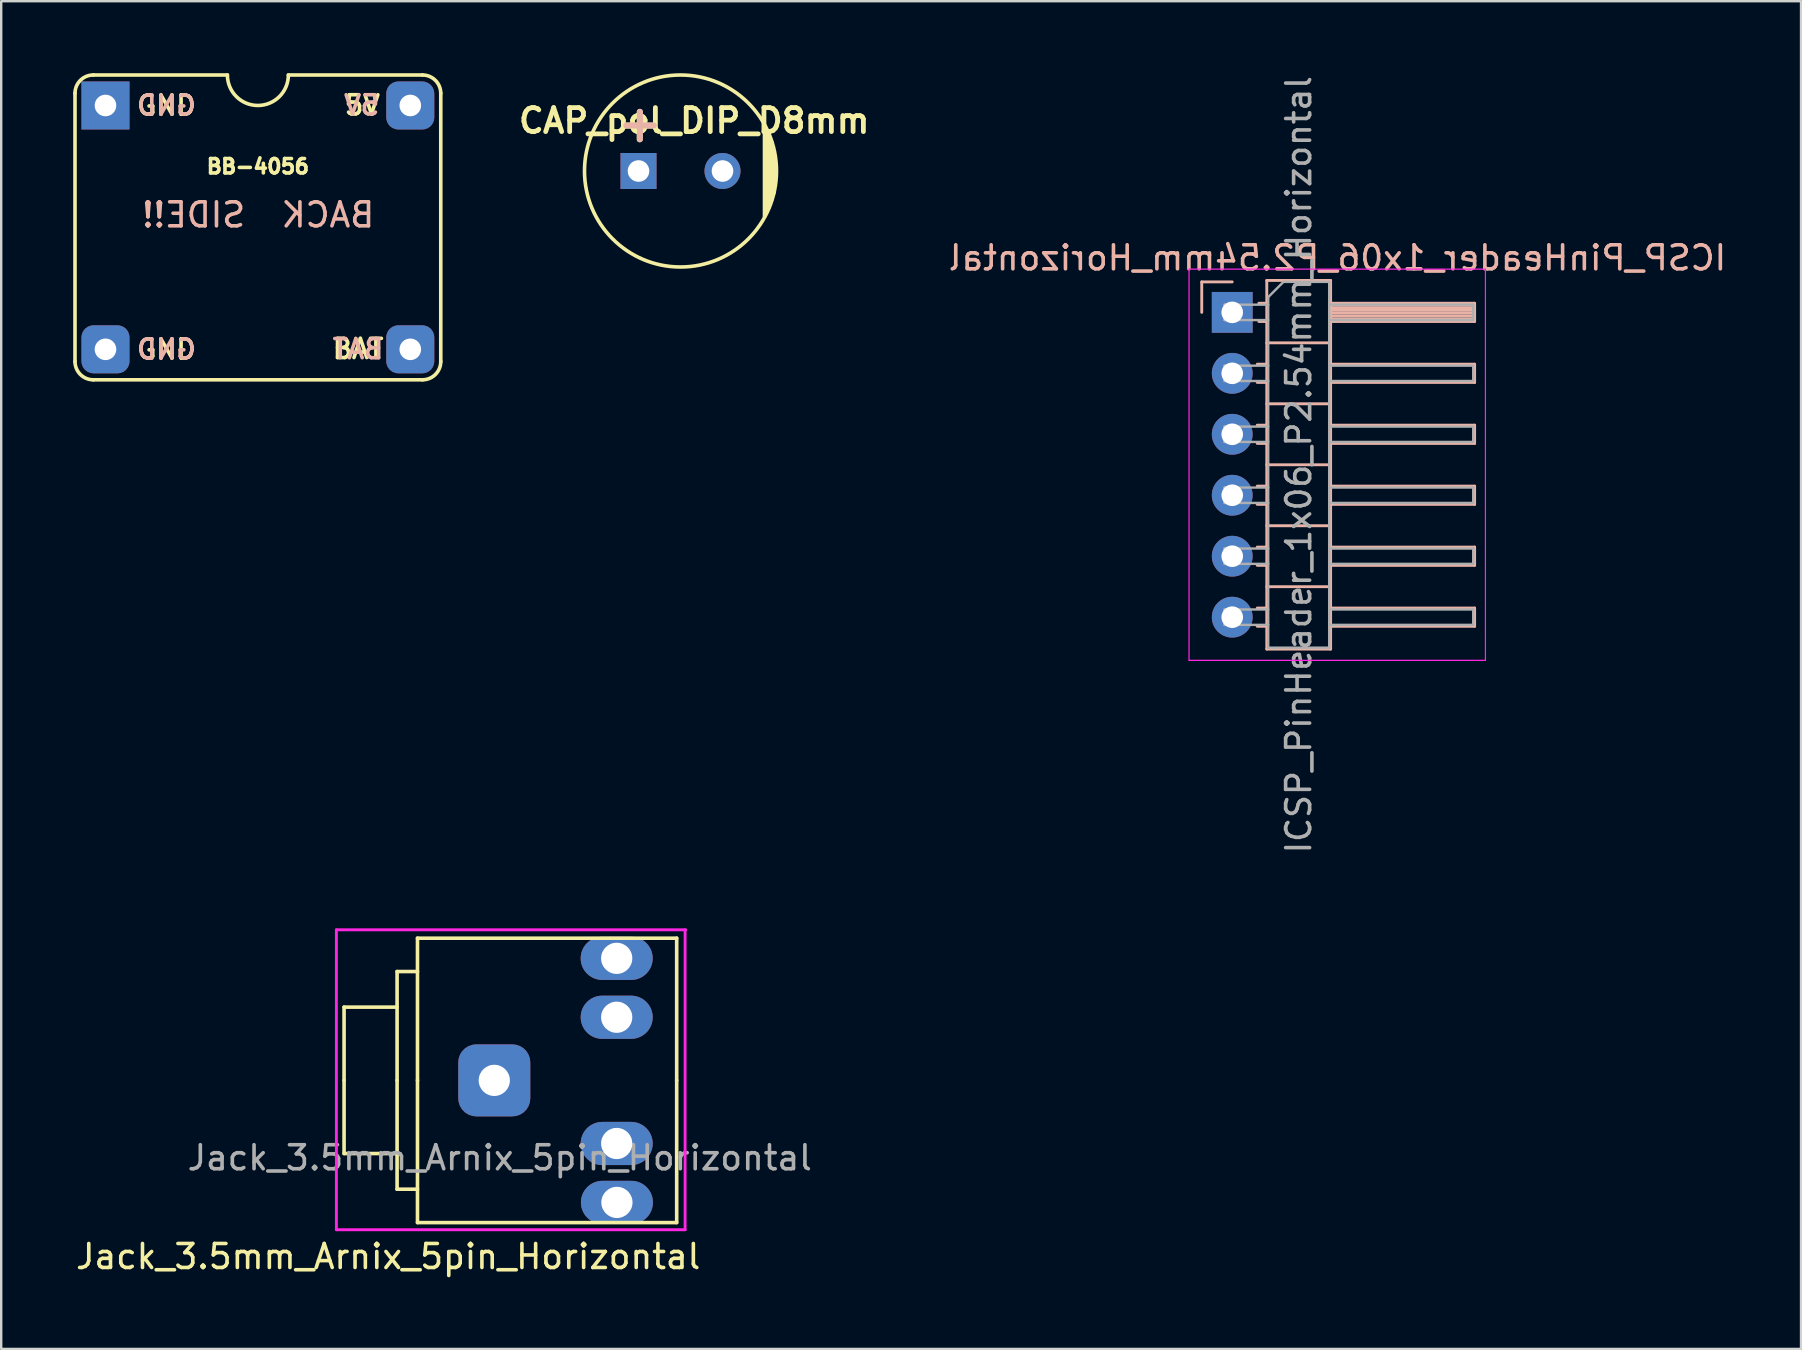
<source format=kicad_pcb>
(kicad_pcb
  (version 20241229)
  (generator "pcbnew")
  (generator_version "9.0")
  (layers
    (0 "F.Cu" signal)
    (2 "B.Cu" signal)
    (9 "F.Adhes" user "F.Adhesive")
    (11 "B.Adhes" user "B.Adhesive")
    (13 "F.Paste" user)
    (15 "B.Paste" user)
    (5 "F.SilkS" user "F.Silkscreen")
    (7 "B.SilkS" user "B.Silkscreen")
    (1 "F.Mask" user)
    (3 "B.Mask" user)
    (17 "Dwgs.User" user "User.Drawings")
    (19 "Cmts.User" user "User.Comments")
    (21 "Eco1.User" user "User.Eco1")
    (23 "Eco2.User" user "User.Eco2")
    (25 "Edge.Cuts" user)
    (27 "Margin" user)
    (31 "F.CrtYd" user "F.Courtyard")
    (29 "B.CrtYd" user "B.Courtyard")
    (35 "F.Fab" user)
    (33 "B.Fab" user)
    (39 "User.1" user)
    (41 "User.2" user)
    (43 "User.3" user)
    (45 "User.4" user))
  (footprint "CAP_pol_DIP_D8mm"
    (layer "F.Cu")
    (at 25.304 4.075)
    (property "Reference" "CAP_pol_DIP_D8mm" (at 0.572 -2.095 0) (layer "F.SilkS") (effects (font (size 1 1) (thickness 0.2))))
    (attr through_hole)
    (fp_line (start 3.5 -1.9) (end 3.5 1.9) (stroke (width 0.15) (type solid)) (layer "F.SilkS"))
    (fp_line (start 3.6 1.7) (end 3.6 -1.7) (stroke (width 0.15) (type solid)) (layer "F.SilkS"))
    (fp_line (start 3.7 -1.5) (end 3.7 1.5) (stroke (width 0.15) (type solid)) (layer "F.SilkS"))
    (fp_line (start 3.8 1.2) (end 3.8 -1.2) (stroke (width 0.15) (type solid)) (layer "F.SilkS"))
    (fp_line (start 3.9 -0.8) (end 3.9 0.9) (stroke (width 0.15) (type solid)) (layer "F.SilkS"))
    (fp_circle (center 0 0) (end 4 0) (stroke (width 0.15) (type solid)) (fill no) (layer "F.SilkS"))
    (fp_text user "+" (at -1.7 -2 0) (layer "F.SilkS") (effects (font (size 1.5 1.5) (thickness 0.25))))
    (fp_text user "+" (at -1.689 -2.007 0) (layer "B.SilkS") (effects (font (size 1.5 1.5) (thickness 0.25))))
    (pad "1" thru_hole rect (at -1.75 0) (size 1.5 1.5) (drill 0.9) (layers "*.Cu" "*.Mask"))
    (pad "2" thru_hole circle (at 1.75 0) (size 1.5 1.5) (drill 0.9) (layers "*.Cu" "*.Mask")))
  (footprint "BB-4056"
    (layer "F.Cu")
    (at 7.695 7.06)
    (property "Reference" "BB-4056" (at 0 -3.175 0) (layer "F.SilkS") (effects (font (size 0.6 0.6) (thickness 0.15))))
    (attr through_hole)
    (fp_line (start -7.62 4.953) (end -7.62 -6.223) (stroke (width 0.15) (type solid)) (layer "F.SilkS"))
    (fp_line (start -6.858 5.715) (end 6.858 5.715) (stroke (width 0.15) (type solid)) (layer "F.SilkS"))
    (fp_line (start -1.27 -6.985) (end -6.858 -6.985) (stroke (width 0.15) (type solid)) (layer "F.SilkS"))
    (fp_line (start 6.858 -6.985) (end 1.27 -6.985) (stroke (width 0.15) (type solid)) (layer "F.SilkS"))
    (fp_line (start 7.62 -6.223) (end 7.62 4.953) (stroke (width 0.15) (type solid)) (layer "F.SilkS"))
    (fp_arc (start -7.62 -6.223) (mid -7.396815 -6.761815) (end -6.858 -6.985) (stroke (width 0.15) (type solid)) (layer "F.SilkS"))
    (fp_arc (start -6.858 5.715) (mid -7.396815 5.491815) (end -7.62 4.953) (stroke (width 0.15) (type solid)) (layer "F.SilkS"))
    (fp_arc (start 1.27 -6.985) (mid 0 -5.715) (end -1.27 -6.985) (stroke (width 0.15) (type solid)) (layer "F.SilkS"))
    (fp_arc (start 6.858 -6.985) (mid 7.396815 -6.761815) (end 7.62 -6.223) (stroke (width 0.15) (type solid)) (layer "F.SilkS"))
    (fp_arc (start 7.62 4.953) (mid 7.396815 5.491815) (end 6.858 5.715) (stroke (width 0.15) (type solid)) (layer "F.SilkS"))
    (fp_text user "5V" (at 4.35 -5.725 0) (layer "F.SilkS") (effects (font (size 0.8 0.8) (thickness 0.15))))
    (fp_text user "GND" (at -3.81 4.445 0) (layer "F.SilkS") (effects (font (size 0.8 0.8) (thickness 0.15))))
    (fp_text user "GND" (at -3.81 -5.715 0) (layer "F.SilkS") (effects (font (size 0.8 0.8) (thickness 0.15))))
    (fp_text user "BAT" (at 4.175 4.425 0) (layer "F.SilkS") (effects (font (size 0.8 0.8) (thickness 0.15))))
    (fp_text user "GND" (at -3.81 4.445 0) (layer "B.SilkS") (effects (font (size 0.8 0.8) (thickness 0.15)) (justify mirror)))
    (fp_text user "GND" (at -3.81 -5.715 0) (layer "B.SilkS") (effects (font (size 0.8 0.8) (thickness 0.15)) (justify mirror)))
    (fp_text user "5V" (at 4.325 -5.725 0) (layer "B.SilkS") (effects (font (size 0.8 0.8) (thickness 0.15)) (justify mirror)))
    (fp_text user "BACK  SIDE!!" (at 0.013 -1.156 0) (layer "B.SilkS") (effects (font (size 1 1) (thickness 0.15)) (justify mirror)))
    (fp_text user "BAT" (at 4.175 4.432 180) (layer "B.SilkS") (effects (font (size 0.8 0.8) (thickness 0.15)) (justify mirror)))
    (pad "1" thru_hole rect (at -6.35 -5.715) (size 2 2) (drill 0.9) (layers "*.Cu" "*.Mask"))
    (pad "2" thru_hole roundrect (at -6.35 4.445) (size 2 2) (drill 0.9) (layers "*.Cu" "*.Mask") (roundrect_rratio 0.25))
    (pad "3" thru_hole roundrect (at 6.35 4.445) (size 2 2) (drill 0.9) (layers "*.Cu" "*.Mask") (roundrect_rratio 0.25))
    (pad "4" thru_hole roundrect (at 6.35 -5.715) (size 2 2) (drill 0.9) (layers "*.Cu" "*.Mask") (roundrect_rratio 0.25)))
  (footprint "Jack_3.5mm_Arnix_5pin_Horizontal"
    (layer "F.Cu")
    (at 17.55 41.965)
    (property "Reference" "Jack_3.5mm_Arnix_5pin_Horizontal" (at -4.425 7.341 0) (layer "F.SilkS") (effects (font (size 1 1) (thickness 0.15))))
    (attr through_hole)
    (fp_line (start -6.264 -3.052) (end -6.264 -0.002) (stroke (width 0.15) (type solid)) (layer "F.SilkS"))
    (fp_line (start -6.264 -3.052) (end -4.064 -3.052) (stroke (width 0.15) (type solid)) (layer "F.SilkS"))
    (fp_line (start -6.264 -0.002) (end -6.264 3.048) (stroke (width 0.15) (type solid)) (layer "F.SilkS"))
    (fp_line (start -4.064 3.048) (end -6.264 3.048) (stroke (width 0.15) (type solid)) (layer "F.SilkS"))
    (fp_line (start -4.055 -4.535) (end -3.205 -4.535) (stroke (width 0.15) (type solid)) (layer "F.SilkS"))
    (fp_line (start -4.055 0) (end -4.055 -4.535) (stroke (width 0.15) (type solid)) (layer "F.SilkS"))
    (fp_line (start -4.055 0) (end -4.055 4.535) (stroke (width 0.15) (type solid)) (layer "F.SilkS"))
    (fp_line (start -3.205 -5.925) (end 7.595 -5.925) (stroke (width 0.15) (type solid)) (layer "F.SilkS"))
    (fp_line (start -3.205 0) (end -3.205 -5.925) (stroke (width 0.15) (type solid)) (layer "F.SilkS"))
    (fp_line (start -3.205 0) (end -3.205 5.925) (stroke (width 0.15) (type solid)) (layer "F.SilkS"))
    (fp_line (start -3.205 4.535) (end -4.055 4.535) (stroke (width 0.15) (type solid)) (layer "F.SilkS"))
    (fp_line (start -3.205 5.925) (end 7.595 5.925) (stroke (width 0.15) (type solid)) (layer "F.SilkS"))
    (fp_line (start 7.595 0) (end 7.595 -5.925) (stroke (width 0.15) (type solid)) (layer "F.SilkS"))
    (fp_line (start 7.595 0) (end 7.595 5.925) (stroke (width 0.15) (type solid)) (layer "F.SilkS"))
    (fp_line (start -6.584 -6.274) (end -6.584 6.223) (stroke (width 0.12) (type solid)) (layer "F.CrtYd"))
    (fp_line (start -6.584 6.223) (end 7.945 6.223) (stroke (width 0.12) (type solid)) (layer "F.CrtYd"))
    (fp_line (start 7.945 6.223) (end 7.945 -6.274) (stroke (width 0.12) (type solid)) (layer "F.CrtYd"))
    (fp_line (start 7.97 -6.274) (end -6.584 -6.274) (stroke (width 0.12) (type solid)) (layer "F.CrtYd"))
    (fp_text user "${REFERENCE}" (at 0.223 3.226 0) (layer "F.Fab") (effects (font (size 1 1) (thickness 0.15))))
    (pad "1" thru_hole oval (at 5.105 5.085 270) (size 1.8 3) (drill 1.3) (layers "*.Cu" "*.Mask"))
    (pad "2" thru_hole oval (at 5.095 -5.085 270) (size 1.8 3) (drill 1.3) (layers "*.Cu" "*.Mask"))
    (pad "3" thru_hole oval (at 5.095 2.63 270) (size 1.8 3) (drill 1.3) (layers "*.Cu" "*.Mask"))
    (pad "4" thru_hole oval (at 5.095 -2.63 270) (size 1.8 3) (drill 1.3) (layers "*.Cu" "*.Mask"))
    (pad "5" thru_hole roundrect (at -0.005 0 270) (size 3 3) (drill 1.3) (layers "*.Cu" "*.Mask") (roundrect_rratio 0.25)))
  (footprint "ICSP_PinHeader_1x06_P2.54mm_Horizontal"
    (layer "F.Cu")
    (at 48.292 9.965)
    (property "Reference" "ICSP_PinHeader_1x06_P2.54mm_Horizontal" (at 4.385 -2.27 180) (layer "B.SilkS") (effects (font (size 1 1) (thickness 0.15)) (justify mirror)))
    (attr through_hole)
    (fp_line (start -1.27 -1.27) (end 0 -1.27) (stroke (width 0.12) (type solid)) (layer "B.SilkS"))
    (fp_line (start -1.27 0) (end -1.27 -1.27) (stroke (width 0.12) (type solid)) (layer "B.SilkS"))
    (fp_line (start 1.043 2.16) (end 1.44 2.16) (stroke (width 0.12) (type solid)) (layer "B.SilkS"))
    (fp_line (start 1.043 2.92) (end 1.44 2.92) (stroke (width 0.12) (type solid)) (layer "B.SilkS"))
    (fp_line (start 1.043 4.7) (end 1.44 4.7) (stroke (width 0.12) (type solid)) (layer "B.SilkS"))
    (fp_line (start 1.043 5.46) (end 1.44 5.46) (stroke (width 0.12) (type solid)) (layer "B.SilkS"))
    (fp_line (start 1.043 7.24) (end 1.44 7.24) (stroke (width 0.12) (type solid)) (layer "B.SilkS"))
    (fp_line (start 1.043 8) (end 1.44 8) (stroke (width 0.12) (type solid)) (layer "B.SilkS"))
    (fp_line (start 1.043 9.78) (end 1.44 9.78) (stroke (width 0.12) (type solid)) (layer "B.SilkS"))
    (fp_line (start 1.043 10.54) (end 1.44 10.54) (stroke (width 0.12) (type solid)) (layer "B.SilkS"))
    (fp_line (start 1.043 12.32) (end 1.44 12.32) (stroke (width 0.12) (type solid)) (layer "B.SilkS"))
    (fp_line (start 1.043 13.08) (end 1.44 13.08) (stroke (width 0.12) (type solid)) (layer "B.SilkS"))
    (fp_line (start 1.11 -0.38) (end 1.44 -0.38) (stroke (width 0.12) (type solid)) (layer "B.SilkS"))
    (fp_line (start 1.11 0.38) (end 1.44 0.38) (stroke (width 0.12) (type solid)) (layer "B.SilkS"))
    (fp_line (start 1.44 -1.33) (end 1.44 14.03) (stroke (width 0.12) (type solid)) (layer "B.SilkS"))
    (fp_line (start 1.44 1.27) (end 4.1 1.27) (stroke (width 0.12) (type solid)) (layer "B.SilkS"))
    (fp_line (start 1.44 3.81) (end 4.1 3.81) (stroke (width 0.12) (type solid)) (layer "B.SilkS"))
    (fp_line (start 1.44 6.35) (end 4.1 6.35) (stroke (width 0.12) (type solid)) (layer "B.SilkS"))
    (fp_line (start 1.44 8.89) (end 4.1 8.89) (stroke (width 0.12) (type solid)) (layer "B.SilkS"))
    (fp_line (start 1.44 11.43) (end 4.1 11.43) (stroke (width 0.12) (type solid)) (layer "B.SilkS"))
    (fp_line (start 1.44 14.03) (end 4.1 14.03) (stroke (width 0.12) (type solid)) (layer "B.SilkS"))
    (fp_line (start 4.1 -1.33) (end 1.44 -1.33) (stroke (width 0.12) (type solid)) (layer "B.SilkS"))
    (fp_line (start 4.1 -0.38) (end 10.1 -0.38) (stroke (width 0.12) (type solid)) (layer "B.SilkS"))
    (fp_line (start 4.1 -0.32) (end 10.1 -0.32) (stroke (width 0.12) (type solid)) (layer "B.SilkS"))
    (fp_line (start 4.1 -0.2) (end 10.1 -0.2) (stroke (width 0.12) (type solid)) (layer "B.SilkS"))
    (fp_line (start 4.1 -0.08) (end 10.1 -0.08) (stroke (width 0.12) (type solid)) (layer "B.SilkS"))
    (fp_line (start 4.1 0.04) (end 10.1 0.04) (stroke (width 0.12) (type solid)) (layer "B.SilkS"))
    (fp_line (start 4.1 0.16) (end 10.1 0.16) (stroke (width 0.12) (type solid)) (layer "B.SilkS"))
    (fp_line (start 4.1 0.28) (end 10.1 0.28) (stroke (width 0.12) (type solid)) (layer "B.SilkS"))
    (fp_line (start 4.1 2.16) (end 10.1 2.16) (stroke (width 0.12) (type solid)) (layer "B.SilkS"))
    (fp_line (start 4.1 4.7) (end 10.1 4.7) (stroke (width 0.12) (type solid)) (layer "B.SilkS"))
    (fp_line (start 4.1 7.24) (end 10.1 7.24) (stroke (width 0.12) (type solid)) (layer "B.SilkS"))
    (fp_line (start 4.1 9.78) (end 10.1 9.78) (stroke (width 0.12) (type solid)) (layer "B.SilkS"))
    (fp_line (start 4.1 12.32) (end 10.1 12.32) (stroke (width 0.12) (type solid)) (layer "B.SilkS"))
    (fp_line (start 4.1 14.03) (end 4.1 -1.33) (stroke (width 0.12) (type solid)) (layer "B.SilkS"))
    (fp_line (start 10.1 -0.38) (end 10.1 0.38) (stroke (width 0.12) (type solid)) (layer "B.SilkS"))
    (fp_line (start 10.1 0.38) (end 4.1 0.38) (stroke (width 0.12) (type solid)) (layer "B.SilkS"))
    (fp_line (start 10.1 2.16) (end 10.1 2.92) (stroke (width 0.12) (type solid)) (layer "B.SilkS"))
    (fp_line (start 10.1 2.92) (end 4.1 2.92) (stroke (width 0.12) (type solid)) (layer "B.SilkS"))
    (fp_line (start 10.1 4.7) (end 10.1 5.46) (stroke (width 0.12) (type solid)) (layer "B.SilkS"))
    (fp_line (start 10.1 5.46) (end 4.1 5.46) (stroke (width 0.12) (type solid)) (layer "B.SilkS"))
    (fp_line (start 10.1 7.24) (end 10.1 8) (stroke (width 0.12) (type solid)) (layer "B.SilkS"))
    (fp_line (start 10.1 8) (end 4.1 8) (stroke (width 0.12) (type solid)) (layer "B.SilkS"))
    (fp_line (start 10.1 9.78) (end 10.1 10.54) (stroke (width 0.12) (type solid)) (layer "B.SilkS"))
    (fp_line (start 10.1 10.54) (end 4.1 10.54) (stroke (width 0.12) (type solid)) (layer "B.SilkS"))
    (fp_line (start 10.1 12.32) (end 10.1 13.08) (stroke (width 0.12) (type solid)) (layer "B.SilkS"))
    (fp_line (start 10.1 13.08) (end 4.1 13.08) (stroke (width 0.12) (type solid)) (layer "B.SilkS"))
    (fp_line (start -1.8 -1.8) (end -1.8 14.5) (stroke (width 0.05) (type solid)) (layer "F.CrtYd"))
    (fp_line (start -1.8 14.5) (end 10.55 14.5) (stroke (width 0.05) (type solid)) (layer "F.CrtYd"))
    (fp_line (start 10.55 -1.8) (end -1.8 -1.8) (stroke (width 0.05) (type solid)) (layer "F.CrtYd"))
    (fp_line (start 10.55 14.5) (end 10.55 -1.8) (stroke (width 0.05) (type solid)) (layer "F.CrtYd"))
    (fp_line (start -0.32 -0.32) (end -0.32 0.32) (stroke (width 0.1) (type solid)) (layer "F.Fab"))
    (fp_line (start -0.32 -0.32) (end 1.5 -0.32) (stroke (width 0.1) (type solid)) (layer "F.Fab"))
    (fp_line (start -0.32 0.32) (end 1.5 0.32) (stroke (width 0.1) (type solid)) (layer "F.Fab"))
    (fp_line (start -0.32 2.22) (end -0.32 2.86) (stroke (width 0.1) (type solid)) (layer "F.Fab"))
    (fp_line (start -0.32 2.22) (end 1.5 2.22) (stroke (width 0.1) (type solid)) (layer "F.Fab"))
    (fp_line (start -0.32 2.86) (end 1.5 2.86) (stroke (width 0.1) (type solid)) (layer "F.Fab"))
    (fp_line (start -0.32 4.76) (end -0.32 5.4) (stroke (width 0.1) (type solid)) (layer "F.Fab"))
    (fp_line (start -0.32 4.76) (end 1.5 4.76) (stroke (width 0.1) (type solid)) (layer "F.Fab"))
    (fp_line (start -0.32 5.4) (end 1.5 5.4) (stroke (width 0.1) (type solid)) (layer "F.Fab"))
    (fp_line (start -0.32 7.3) (end -0.32 7.94) (stroke (width 0.1) (type solid)) (layer "F.Fab"))
    (fp_line (start -0.32 7.3) (end 1.5 7.3) (stroke (width 0.1) (type solid)) (layer "F.Fab"))
    (fp_line (start -0.32 7.94) (end 1.5 7.94) (stroke (width 0.1) (type solid)) (layer "F.Fab"))
    (fp_line (start -0.32 9.84) (end -0.32 10.48) (stroke (width 0.1) (type solid)) (layer "F.Fab"))
    (fp_line (start -0.32 9.84) (end 1.5 9.84) (stroke (width 0.1) (type solid)) (layer "F.Fab"))
    (fp_line (start -0.32 10.48) (end 1.5 10.48) (stroke (width 0.1) (type solid)) (layer "F.Fab"))
    (fp_line (start -0.32 12.38) (end -0.32 13.02) (stroke (width 0.1) (type solid)) (layer "F.Fab"))
    (fp_line (start -0.32 12.38) (end 1.5 12.38) (stroke (width 0.1) (type solid)) (layer "F.Fab"))
    (fp_line (start -0.32 13.02) (end 1.5 13.02) (stroke (width 0.1) (type solid)) (layer "F.Fab"))
    (fp_line (start 1.5 -0.635) (end 2.135 -1.27) (stroke (width 0.1) (type solid)) (layer "F.Fab"))
    (fp_line (start 1.5 13.97) (end 1.5 -0.635) (stroke (width 0.1) (type solid)) (layer "F.Fab"))
    (fp_line (start 2.135 -1.27) (end 4.04 -1.27) (stroke (width 0.1) (type solid)) (layer "F.Fab"))
    (fp_line (start 4.04 -1.27) (end 4.04 13.97) (stroke (width 0.1) (type solid)) (layer "F.Fab"))
    (fp_line (start 4.04 -0.32) (end 10.04 -0.32) (stroke (width 0.1) (type solid)) (layer "F.Fab"))
    (fp_line (start 4.04 0.32) (end 10.04 0.32) (stroke (width 0.1) (type solid)) (layer "F.Fab"))
    (fp_line (start 4.04 2.22) (end 10.04 2.22) (stroke (width 0.1) (type solid)) (layer "F.Fab"))
    (fp_line (start 4.04 2.86) (end 10.04 2.86) (stroke (width 0.1) (type solid)) (layer "F.Fab"))
    (fp_line (start 4.04 4.76) (end 10.04 4.76) (stroke (width 0.1) (type solid)) (layer "F.Fab"))
    (fp_line (start 4.04 5.4) (end 10.04 5.4) (stroke (width 0.1) (type solid)) (layer "F.Fab"))
    (fp_line (start 4.04 7.3) (end 10.04 7.3) (stroke (width 0.1) (type solid)) (layer "F.Fab"))
    (fp_line (start 4.04 7.94) (end 10.04 7.94) (stroke (width 0.1) (type solid)) (layer "F.Fab"))
    (fp_line (start 4.04 9.84) (end 10.04 9.84) (stroke (width 0.1) (type solid)) (layer "F.Fab"))
    (fp_line (start 4.04 10.48) (end 10.04 10.48) (stroke (width 0.1) (type solid)) (layer "F.Fab"))
    (fp_line (start 4.04 12.38) (end 10.04 12.38) (stroke (width 0.1) (type solid)) (layer "F.Fab"))
    (fp_line (start 4.04 13.02) (end 10.04 13.02) (stroke (width 0.1) (type solid)) (layer "F.Fab"))
    (fp_line (start 4.04 13.97) (end 1.5 13.97) (stroke (width 0.1) (type solid)) (layer "F.Fab"))
    (fp_line (start 10.04 -0.32) (end 10.04 0.32) (stroke (width 0.1) (type solid)) (layer "F.Fab"))
    (fp_line (start 10.04 2.22) (end 10.04 2.86) (stroke (width 0.1) (type solid)) (layer "F.Fab"))
    (fp_line (start 10.04 4.76) (end 10.04 5.4) (stroke (width 0.1) (type solid)) (layer "F.Fab"))
    (fp_line (start 10.04 7.3) (end 10.04 7.94) (stroke (width 0.1) (type solid)) (layer "F.Fab"))
    (fp_line (start 10.04 9.84) (end 10.04 10.48) (stroke (width 0.1) (type solid)) (layer "F.Fab"))
    (fp_line (start 10.04 12.38) (end 10.04 13.02) (stroke (width 0.1) (type solid)) (layer "F.Fab"))
    (fp_text user "${REFERENCE}" (at 2.77 6.35 90) (layer "F.Fab") (effects (font (size 1 1) (thickness 0.15))))
    (pad "1" thru_hole rect (at 0 0 180) (size 1.7 1.7) (drill 0.9) (layers "*.Cu" "*.Mask"))
    (pad "2" thru_hole oval (at 0 2.54 180) (size 1.7 1.7) (drill 0.9) (layers "*.Cu" "*.Mask"))
    (pad "3" thru_hole oval (at 0 5.08 180) (size 1.7 1.7) (drill 0.9) (layers "*.Cu" "*.Mask"))
    (pad "4" thru_hole oval (at 0 7.62 180) (size 1.7 1.7) (drill 0.9) (layers "*.Cu" "*.Mask"))
    (pad "5" thru_hole oval (at 0 10.16 180) (size 1.7 1.7) (drill 0.9) (layers "*.Cu" "*.Mask"))
    (pad "6" thru_hole oval (at 0 12.7 180) (size 1.7 1.7) (drill 0.9) (layers "*.Cu" "*.Mask")))
  (gr_rect
    (start -3 -3)
    (end 71.992 53.154)
    (stroke (width 0.1) (type default))
    (fill no)
    (layer "Edge.Cuts")))
</source>
